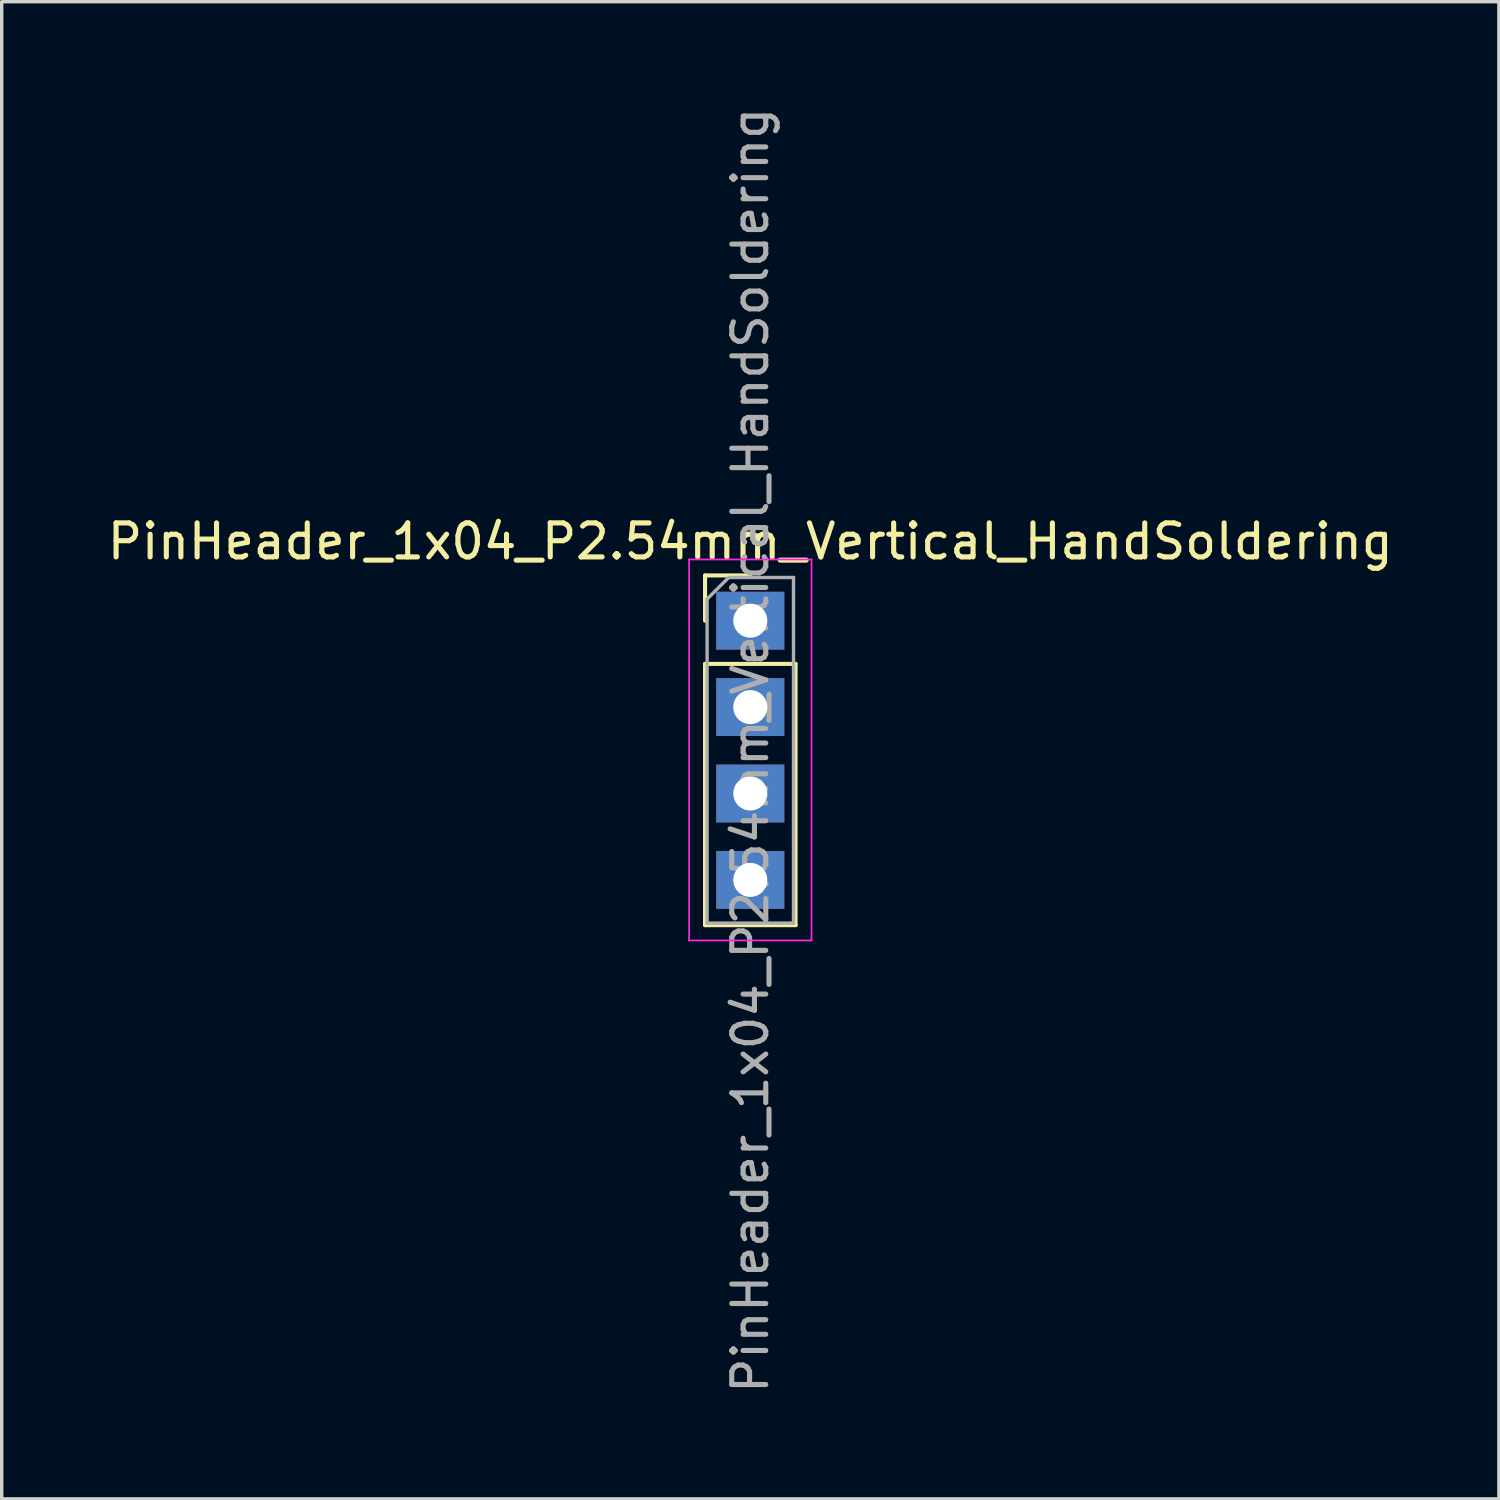
<source format=kicad_pcb>
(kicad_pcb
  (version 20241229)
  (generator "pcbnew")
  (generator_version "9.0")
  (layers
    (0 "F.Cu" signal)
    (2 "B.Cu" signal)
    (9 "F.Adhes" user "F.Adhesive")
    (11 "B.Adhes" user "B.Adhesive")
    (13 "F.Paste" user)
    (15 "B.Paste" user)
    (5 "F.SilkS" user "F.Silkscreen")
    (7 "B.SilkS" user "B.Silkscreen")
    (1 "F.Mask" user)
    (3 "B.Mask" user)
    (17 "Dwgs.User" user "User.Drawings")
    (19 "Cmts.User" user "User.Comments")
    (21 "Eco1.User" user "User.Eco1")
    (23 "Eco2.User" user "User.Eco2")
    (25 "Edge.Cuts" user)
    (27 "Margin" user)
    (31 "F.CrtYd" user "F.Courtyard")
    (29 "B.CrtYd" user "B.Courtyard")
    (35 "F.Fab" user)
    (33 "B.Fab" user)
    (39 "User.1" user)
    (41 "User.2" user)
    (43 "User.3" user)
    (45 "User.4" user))
  (footprint "PinHeader_1x04_P2.54mm_Vertical_HandSoldering"
    (layer "F.Cu")
    (at 19.006 15.196)
    (property "Reference" "PinHeader_1x04_P2.54mm_Vertical_HandSoldering" (at 0 -2.33 0) (layer "F.SilkS") (effects (font (size 1 1) (thickness 0.15))))
    (attr through_hole)
    (fp_line (start -1.33 -1.33) (end 0 -1.33) (stroke (width 0.12) (type solid)) (layer "F.SilkS"))
    (fp_line (start -1.33 0) (end -1.33 -1.33) (stroke (width 0.12) (type solid)) (layer "F.SilkS"))
    (fp_line (start -1.33 1.27) (end -1.33 8.95) (stroke (width 0.12) (type solid)) (layer "F.SilkS"))
    (fp_line (start -1.33 1.27) (end 1.33 1.27) (stroke (width 0.12) (type solid)) (layer "F.SilkS"))
    (fp_line (start -1.33 8.95) (end 1.33 8.95) (stroke (width 0.12) (type solid)) (layer "F.SilkS"))
    (fp_line (start 1.33 1.27) (end 1.33 8.95) (stroke (width 0.12) (type solid)) (layer "F.SilkS"))
    (fp_line (start -1.8 -1.8) (end -1.8 9.4) (stroke (width 0.05) (type solid)) (layer "F.CrtYd"))
    (fp_line (start -1.8 9.4) (end 1.8 9.4) (stroke (width 0.05) (type solid)) (layer "F.CrtYd"))
    (fp_line (start 1.8 -1.8) (end -1.8 -1.8) (stroke (width 0.05) (type solid)) (layer "F.CrtYd"))
    (fp_line (start 1.8 9.4) (end 1.8 -1.8) (stroke (width 0.05) (type solid)) (layer "F.CrtYd"))
    (fp_line (start -1.27 -0.635) (end -0.635 -1.27) (stroke (width 0.1) (type solid)) (layer "F.Fab"))
    (fp_line (start -1.27 8.89) (end -1.27 -0.635) (stroke (width 0.1) (type solid)) (layer "F.Fab"))
    (fp_line (start -0.635 -1.27) (end 1.27 -1.27) (stroke (width 0.1) (type solid)) (layer "F.Fab"))
    (fp_line (start 1.27 -1.27) (end 1.27 8.89) (stroke (width 0.1) (type solid)) (layer "F.Fab"))
    (fp_line (start 1.27 8.89) (end -1.27 8.89) (stroke (width 0.1) (type solid)) (layer "F.Fab"))
    (fp_text user "${REFERENCE}" (at 0 3.81 90) (layer "F.Fab") (effects (font (size 1 1) (thickness 0.15))))
    (pad "1" thru_hole rect (at 0 0) (size 2 1.7) (drill 1) (layers "*.Cu" "*.Mask"))
    (pad "2" thru_hole rect (at 0 2.54) (size 2 1.7) (drill 1) (layers "*.Cu" "*.Mask"))
    (pad "3" thru_hole rect (at 0 5.08) (size 2 1.7) (drill 1) (layers "*.Cu" "*.Mask"))
    (pad "4" thru_hole rect (at 0 7.62) (size 2 1.7) (drill 1) (layers "*.Cu" "*.Mask")))
  (gr_rect
    (start -3 -3)
    (end 41.012 41.012)
    (stroke (width 0.1) (type default))
    (fill no)
    (layer "Edge.Cuts")))
</source>
